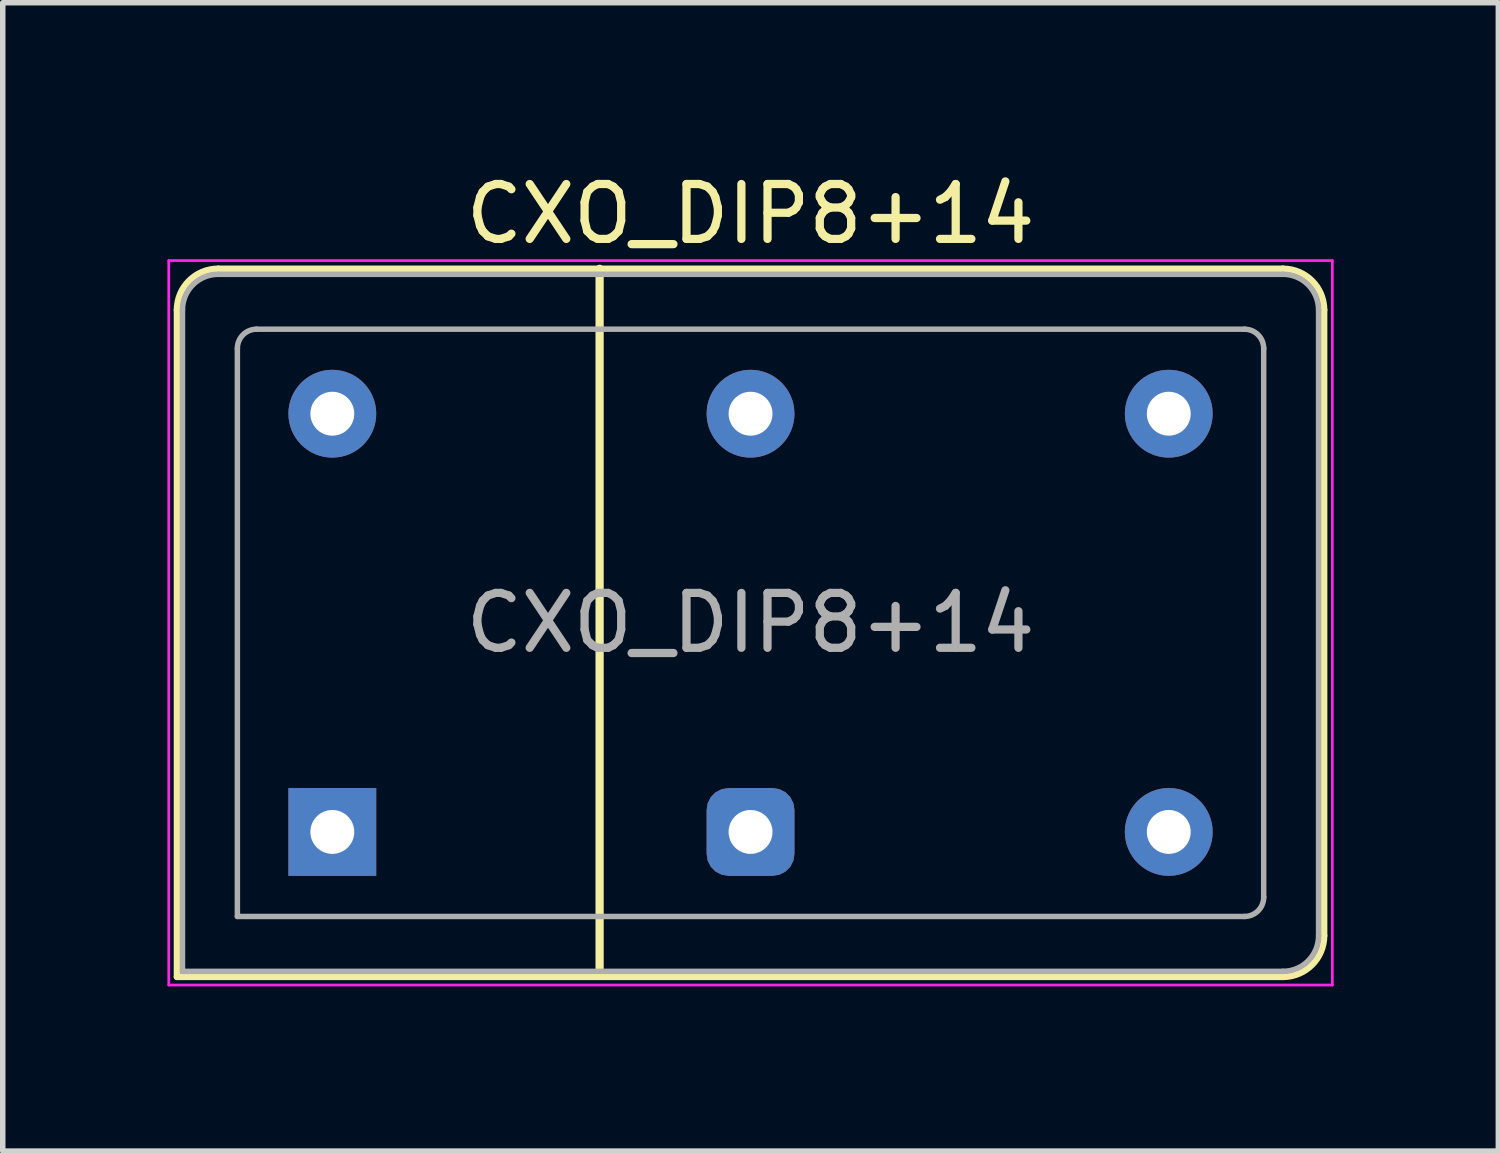
<source format=kicad_pcb>
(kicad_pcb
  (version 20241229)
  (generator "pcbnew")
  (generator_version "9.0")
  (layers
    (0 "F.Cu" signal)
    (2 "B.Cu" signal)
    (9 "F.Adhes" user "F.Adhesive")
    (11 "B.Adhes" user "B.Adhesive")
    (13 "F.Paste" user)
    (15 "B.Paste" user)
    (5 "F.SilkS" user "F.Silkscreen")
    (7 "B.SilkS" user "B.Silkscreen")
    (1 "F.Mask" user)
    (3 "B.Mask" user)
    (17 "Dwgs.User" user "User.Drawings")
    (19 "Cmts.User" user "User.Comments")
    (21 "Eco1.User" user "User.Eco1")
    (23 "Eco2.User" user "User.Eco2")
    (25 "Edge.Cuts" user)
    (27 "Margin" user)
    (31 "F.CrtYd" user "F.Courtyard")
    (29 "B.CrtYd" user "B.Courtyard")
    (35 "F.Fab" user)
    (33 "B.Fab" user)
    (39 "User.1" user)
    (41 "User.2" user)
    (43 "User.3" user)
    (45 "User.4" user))
  (footprint "CXO_DIP8+14"
    (layer "F.Cu")
    (at 3.005 12.108)
    (property "Reference" "CXO_DIP8+14" (at 7.62 -11.26 0) (layer "F.SilkS") (effects (font (size 1 1) (thickness 0.15))))
    (attr through_hole)
    (fp_line (start -2.83 -9.51) (end -2.83 2.64) (stroke (width 0.12) (type solid)) (layer "F.SilkS"))
    (fp_line (start -2.83 2.64) (end 17.32 2.64) (stroke (width 0.12) (type solid)) (layer "F.SilkS"))
    (fp_line (start 4.87 -10.26) (end 4.87 2.54) (stroke (width 0.15) (type solid)) (layer "F.SilkS"))
    (fp_line (start 17.32 -10.26) (end -2.08 -10.26) (stroke (width 0.12) (type solid)) (layer "F.SilkS"))
    (fp_line (start 18.07 1.89) (end 18.07 -9.51) (stroke (width 0.12) (type solid)) (layer "F.SilkS"))
    (fp_arc (start -2.83 -9.51) (mid -2.61033 -10.04033) (end -2.08 -10.26) (stroke (width 0.12) (type solid)) (layer "F.SilkS"))
    (fp_arc (start 17.32 -10.26) (mid 17.85033 -10.04033) (end 18.07 -9.51) (stroke (width 0.12) (type solid)) (layer "F.SilkS"))
    (fp_arc (start 18.07 1.89) (mid 17.85033 2.42033) (end 17.32 2.64) (stroke (width 0.12) (type solid)) (layer "F.SilkS"))
    (fp_line (start -2.98 -10.41) (end -2.98 2.79) (stroke (width 0.05) (type solid)) (layer "F.CrtYd"))
    (fp_line (start -2.98 2.79) (end 18.22 2.79) (stroke (width 0.05) (type solid)) (layer "F.CrtYd"))
    (fp_line (start 18.22 -10.41) (end -2.98 -10.41) (stroke (width 0.05) (type solid)) (layer "F.CrtYd"))
    (fp_line (start 18.22 2.79) (end 18.22 -10.41) (stroke (width 0.05) (type solid)) (layer "F.CrtYd"))
    (fp_line (start -2.73 2.54) (end -2.73 -9.51) (stroke (width 0.1) (type solid)) (layer "F.Fab"))
    (fp_line (start -2.73 2.54) (end 17.32 2.54) (stroke (width 0.1) (type solid)) (layer "F.Fab"))
    (fp_line (start -2.08 -10.16) (end 17.32 -10.16) (stroke (width 0.1) (type solid)) (layer "F.Fab"))
    (fp_line (start -1.73 1.54) (end -1.73 -8.81) (stroke (width 0.1) (type solid)) (layer "F.Fab"))
    (fp_line (start -1.73 1.54) (end 16.62 1.54) (stroke (width 0.1) (type solid)) (layer "F.Fab"))
    (fp_line (start -1.38 -9.16) (end 16.62 -9.16) (stroke (width 0.1) (type solid)) (layer "F.Fab"))
    (fp_line (start 16.97 1.19) (end 16.97 -8.81) (stroke (width 0.1) (type solid)) (layer "F.Fab"))
    (fp_line (start 17.97 -9.51) (end 17.97 1.89) (stroke (width 0.1) (type solid)) (layer "F.Fab"))
    (fp_arc (start -2.73 -9.51) (mid -2.539619 -9.969619) (end -2.08 -10.16) (stroke (width 0.1) (type solid)) (layer "F.Fab"))
    (fp_arc (start -1.73 -8.81) (mid -1.627487 -9.057487) (end -1.38 -9.16) (stroke (width 0.1) (type solid)) (layer "F.Fab"))
    (fp_arc (start 16.62 -9.16) (mid 16.867487 -9.057487) (end 16.97 -8.81) (stroke (width 0.1) (type solid)) (layer "F.Fab"))
    (fp_arc (start 16.97 1.19) (mid 16.867487 1.437487) (end 16.62 1.54) (stroke (width 0.1) (type solid)) (layer "F.Fab"))
    (fp_arc (start 17.32 -10.16) (mid 17.779619 -9.969619) (end 17.97 -9.51) (stroke (width 0.1) (type solid)) (layer "F.Fab"))
    (fp_arc (start 17.97 1.89) (mid 17.779619 2.349619) (end 17.32 2.54) (stroke (width 0.1) (type solid)) (layer "F.Fab"))
    (fp_text user "${REFERENCE}" (at 7.62 -3.81 0) (layer "F.Fab") (effects (font (size 1 1) (thickness 0.15))))
    (pad "EN1" thru_hole roundrect (at 7.62 0) (size 1.6 1.6) (drill 0.8) (layers "*.Cu" "*.Mask") (roundrect_rratio 0.25))
    (pad "EN2" thru_hole rect (at 0 0) (size 1.6 1.6) (drill 0.8) (layers "*.Cu" "*.Mask"))
    (pad "GND" thru_hole circle (at 15.24 0) (size 1.6 1.6) (drill 0.8) (layers "*.Cu" "*.Mask"))
    (pad "OUT" thru_hole circle (at 15.24 -7.62) (size 1.6 1.6) (drill 0.8) (layers "*.Cu" "*.Mask"))
    (pad "Vcc" thru_hole circle (at 0 -7.62) (size 1.6 1.6) (drill 0.8) (layers "*.Cu" "*.Mask"))
    (pad "Vcc" thru_hole circle (at 7.62 -7.62) (size 1.6 1.6) (drill 0.8) (layers "*.Cu" "*.Mask")))
  (gr_rect
    (start -3 -3)
    (end 24.25 17.923)
    (stroke (width 0.1) (type default))
    (fill no)
    (layer "Edge.Cuts")))
</source>
